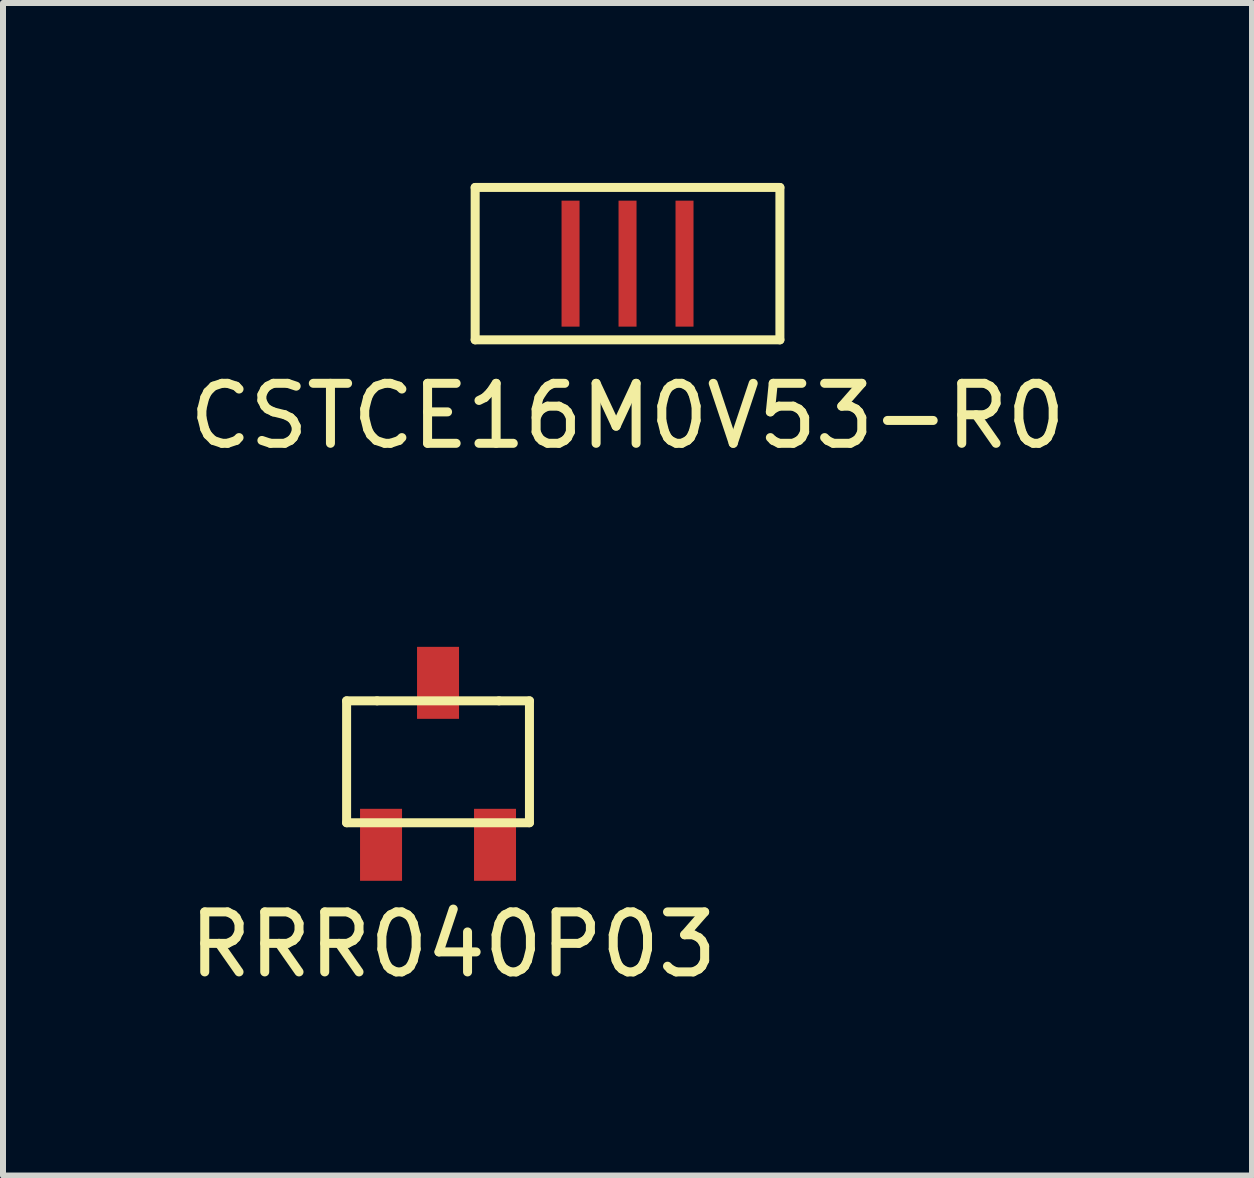
<source format=kicad_pcb>
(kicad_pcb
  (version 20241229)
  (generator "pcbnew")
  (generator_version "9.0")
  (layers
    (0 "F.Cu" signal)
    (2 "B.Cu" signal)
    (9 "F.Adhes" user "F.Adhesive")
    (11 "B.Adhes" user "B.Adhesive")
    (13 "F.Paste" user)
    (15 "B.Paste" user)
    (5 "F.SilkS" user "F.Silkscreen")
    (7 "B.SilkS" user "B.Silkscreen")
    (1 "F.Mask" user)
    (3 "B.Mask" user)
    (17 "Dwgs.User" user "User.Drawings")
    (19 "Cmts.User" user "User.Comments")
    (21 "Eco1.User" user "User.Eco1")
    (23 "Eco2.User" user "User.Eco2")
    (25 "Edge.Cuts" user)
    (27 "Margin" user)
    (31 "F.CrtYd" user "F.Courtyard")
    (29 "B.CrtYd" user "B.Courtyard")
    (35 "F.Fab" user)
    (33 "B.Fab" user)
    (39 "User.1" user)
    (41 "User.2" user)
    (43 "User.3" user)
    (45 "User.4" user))
  (footprint "RRR040P03"
    (layer "F.Cu")
    (at 4.252 8.633)
    (property "Reference" "RRR040P03" (at 0.254 4.064 0) (layer "F.SilkS") (effects (font (size 1 1) (thickness 0.15))))
    (attr through_hole)
    (fp_line (start -1.524 0) (end -1.016 0) (stroke (width 0.15) (type solid)) (layer "F.SilkS"))
    (fp_line (start -1.524 2.032) (end -1.524 0) (stroke (width 0.15) (type solid)) (layer "F.SilkS"))
    (fp_line (start -1.016 0) (end 1.016 0) (stroke (width 0.15) (type solid)) (layer "F.SilkS"))
    (fp_line (start 1.016 0) (end 1.524 0) (stroke (width 0.15) (type solid)) (layer "F.SilkS"))
    (fp_line (start 1.524 0) (end 1.524 2.032) (stroke (width 0.15) (type solid)) (layer "F.SilkS"))
    (fp_line (start 1.524 2.032) (end -1.524 2.032) (stroke (width 0.15) (type solid)) (layer "F.SilkS"))
    (pad "1" smd rect (at -0.95 2.4) (size 0.7 1.2) (layers "F.Cu" "F.Mask" "F.Paste"))
    (pad "2" smd rect (at 0 -0.3) (size 0.7 1.2) (layers "F.Cu" "F.Mask" "F.Paste"))
    (pad "3" smd rect (at 0.95 2.4) (size 0.7 1.2) (layers "F.Cu" "F.Mask" "F.Paste")))
  (footprint "CSTCE16M0V53-R0"
    (layer "F.Cu")
    (at 7.411 1.345)
    (property "Reference" "CSTCE16M0V53-R0" (at 0 2.54 0) (layer "F.SilkS") (effects (font (size 1 1) (thickness 0.15))))
    (attr through_hole)
    (fp_line (start -2.54 -1.27) (end -2.54 1.27) (stroke (width 0.15) (type solid)) (layer "F.SilkS"))
    (fp_line (start -2.54 1.27) (end 2.54 1.27) (stroke (width 0.15) (type solid)) (layer "F.SilkS"))
    (fp_line (start 2.54 -1.27) (end -2.54 -1.27) (stroke (width 0.15) (type solid)) (layer "F.SilkS"))
    (fp_line (start 2.54 1.27) (end 2.54 -1.27) (stroke (width 0.15) (type solid)) (layer "F.SilkS"))
    (pad "1" smd rect (at 0.95 0) (size 0.3 2.1) (layers "F.Cu" "F.Mask" "F.Paste"))
    (pad "2" smd rect (at 0 0) (size 0.3 2.1) (layers "F.Cu" "F.Mask" "F.Paste"))
    (pad "3" smd rect (at -0.95 0) (size 0.3 2.1) (layers "F.Cu" "F.Mask" "F.Paste")))
  (gr_rect
    (start -3 -3)
    (end 17.821 16.546)
    (stroke (width 0.1) (type default))
    (fill no)
    (layer "Edge.Cuts")))
</source>
